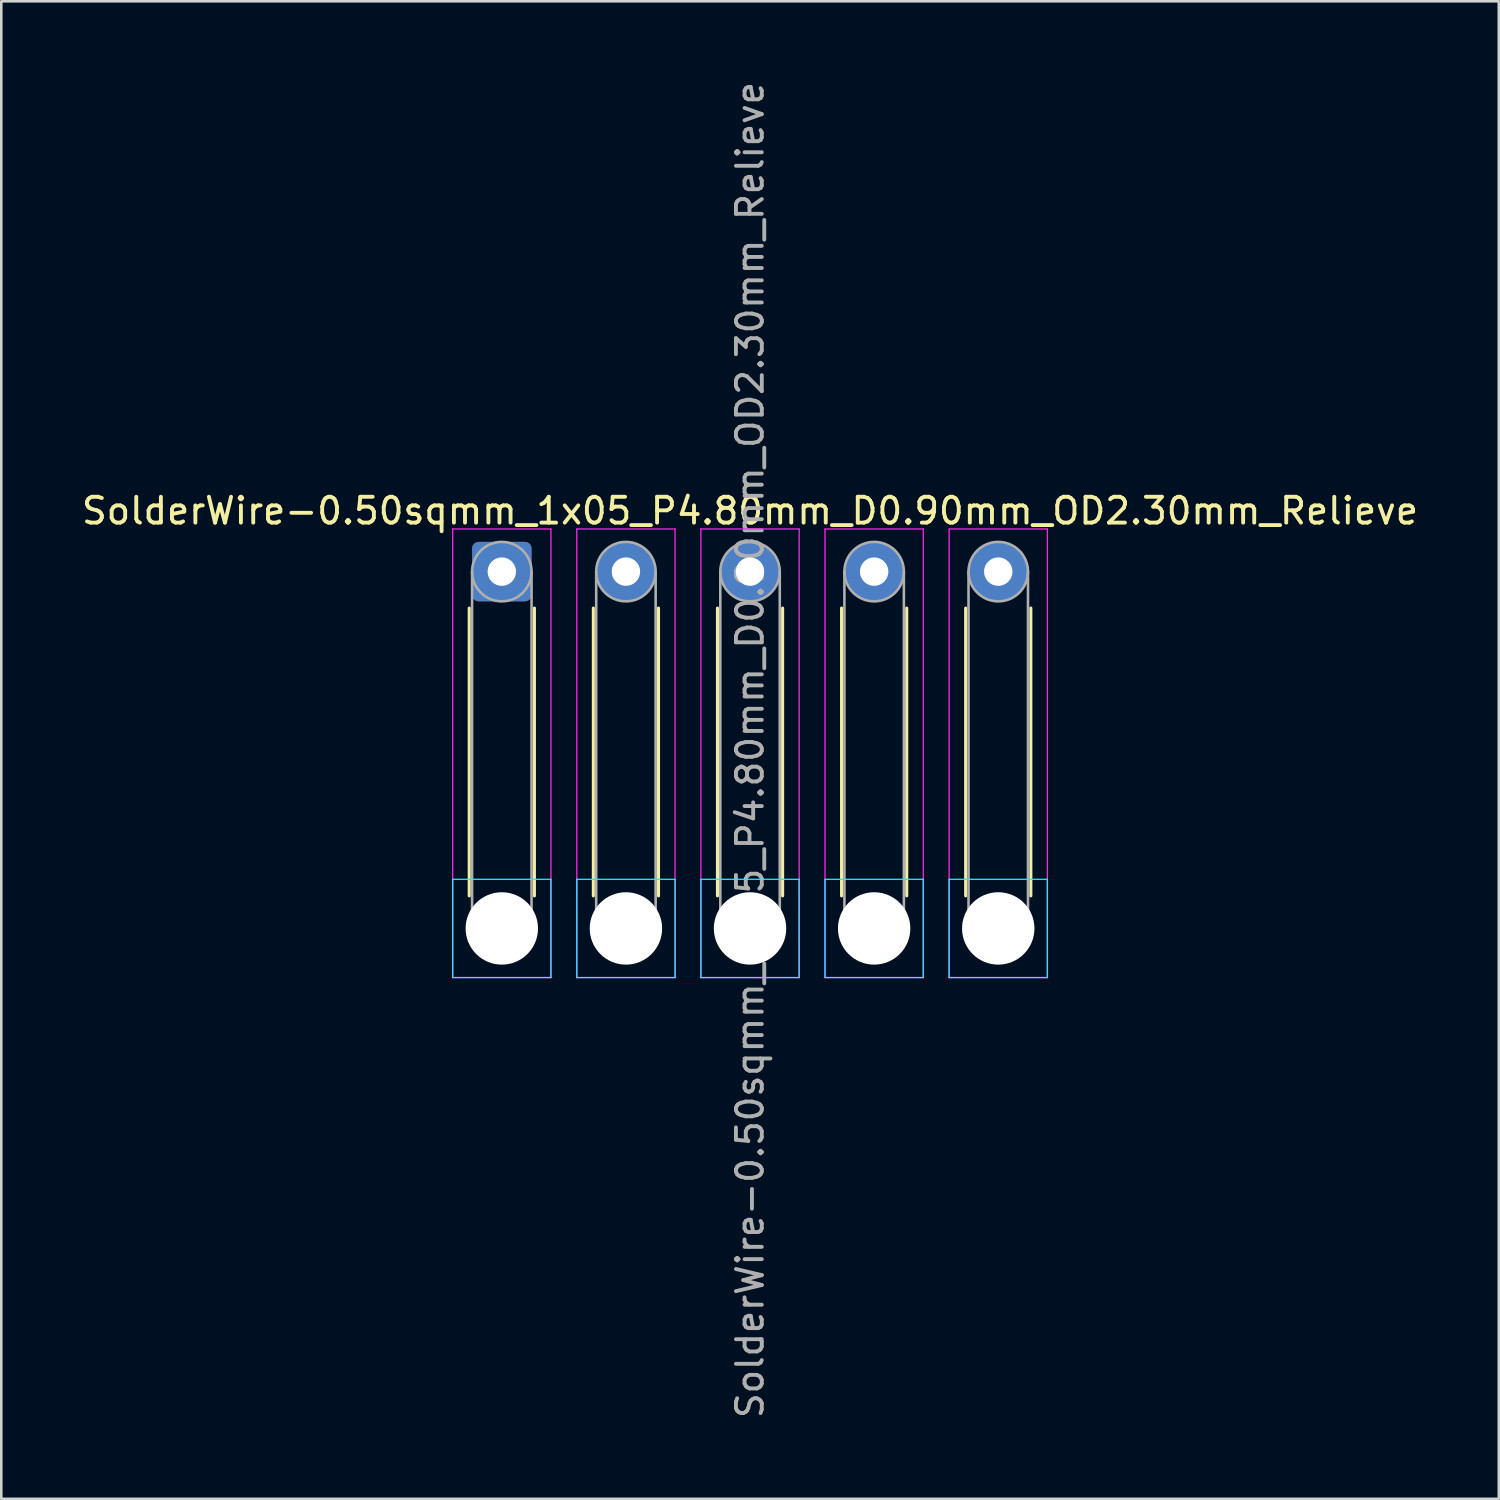
<source format=kicad_pcb>
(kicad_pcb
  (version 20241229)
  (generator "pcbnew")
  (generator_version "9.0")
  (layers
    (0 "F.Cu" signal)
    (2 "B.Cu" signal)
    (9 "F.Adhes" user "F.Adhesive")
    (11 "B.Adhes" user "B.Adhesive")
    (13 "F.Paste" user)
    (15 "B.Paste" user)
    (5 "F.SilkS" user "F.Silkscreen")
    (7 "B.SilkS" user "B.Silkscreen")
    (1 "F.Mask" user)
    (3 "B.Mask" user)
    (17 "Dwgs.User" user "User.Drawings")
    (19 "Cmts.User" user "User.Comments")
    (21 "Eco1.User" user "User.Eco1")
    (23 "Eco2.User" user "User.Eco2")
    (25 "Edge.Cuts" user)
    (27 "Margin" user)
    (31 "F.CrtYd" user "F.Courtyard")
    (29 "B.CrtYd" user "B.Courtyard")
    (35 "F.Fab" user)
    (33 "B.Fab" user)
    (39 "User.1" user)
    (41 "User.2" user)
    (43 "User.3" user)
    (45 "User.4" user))
  (footprint "SolderWire-0.50sqmm_1x05_P4.80mm_D0.90mm_OD2.30mm_Relieve"
    (layer "F.Cu")
    (at 16.358 19.058)
    (property "Reference" "SolderWire-0.50sqmm_1x05_P4.80mm_D0.90mm_OD2.30mm_Relieve" (at 9.6 -2.35 0) (layer "F.SilkS") (effects (font (size 1 1) (thickness 0.15))))
    (attr exclude_from_pos_files exclude_from_bom)
    (fp_line (start -1.26 1.41) (end -1.26 12.54) (stroke (width 0.12) (type solid)) (layer "F.SilkS"))
    (fp_line (start 1.26 1.41) (end 1.26 12.54) (stroke (width 0.12) (type solid)) (layer "F.SilkS"))
    (fp_line (start 3.54 1.41) (end 3.54 12.54) (stroke (width 0.12) (type solid)) (layer "F.SilkS"))
    (fp_line (start 6.06 1.41) (end 6.06 12.54) (stroke (width 0.12) (type solid)) (layer "F.SilkS"))
    (fp_line (start 8.34 1.41) (end 8.34 12.54) (stroke (width 0.12) (type solid)) (layer "F.SilkS"))
    (fp_line (start 10.86 1.41) (end 10.86 12.54) (stroke (width 0.12) (type solid)) (layer "F.SilkS"))
    (fp_line (start 13.14 1.41) (end 13.14 12.54) (stroke (width 0.12) (type solid)) (layer "F.SilkS"))
    (fp_line (start 15.66 1.41) (end 15.66 12.54) (stroke (width 0.12) (type solid)) (layer "F.SilkS"))
    (fp_line (start 17.94 1.41) (end 17.94 12.54) (stroke (width 0.12) (type solid)) (layer "F.SilkS"))
    (fp_line (start 20.46 1.41) (end 20.46 12.54) (stroke (width 0.12) (type solid)) (layer "F.SilkS"))
    (fp_line (start -1.9 11.9) (end -1.9 15.7) (stroke (width 0.05) (type solid)) (layer "B.CrtYd"))
    (fp_line (start -1.9 15.7) (end 1.9 15.7) (stroke (width 0.05) (type solid)) (layer "B.CrtYd"))
    (fp_line (start 1.9 11.9) (end -1.9 11.9) (stroke (width 0.05) (type solid)) (layer "B.CrtYd"))
    (fp_line (start 1.9 15.7) (end 1.9 11.9) (stroke (width 0.05) (type solid)) (layer "B.CrtYd"))
    (fp_line (start 2.9 11.9) (end 2.9 15.7) (stroke (width 0.05) (type solid)) (layer "B.CrtYd"))
    (fp_line (start 2.9 15.7) (end 6.7 15.7) (stroke (width 0.05) (type solid)) (layer "B.CrtYd"))
    (fp_line (start 6.7 11.9) (end 2.9 11.9) (stroke (width 0.05) (type solid)) (layer "B.CrtYd"))
    (fp_line (start 6.7 15.7) (end 6.7 11.9) (stroke (width 0.05) (type solid)) (layer "B.CrtYd"))
    (fp_line (start 7.7 11.9) (end 7.7 15.7) (stroke (width 0.05) (type solid)) (layer "B.CrtYd"))
    (fp_line (start 7.7 15.7) (end 11.5 15.7) (stroke (width 0.05) (type solid)) (layer "B.CrtYd"))
    (fp_line (start 11.5 11.9) (end 7.7 11.9) (stroke (width 0.05) (type solid)) (layer "B.CrtYd"))
    (fp_line (start 11.5 15.7) (end 11.5 11.9) (stroke (width 0.05) (type solid)) (layer "B.CrtYd"))
    (fp_line (start 12.5 11.9) (end 12.5 15.7) (stroke (width 0.05) (type solid)) (layer "B.CrtYd"))
    (fp_line (start 12.5 15.7) (end 16.3 15.7) (stroke (width 0.05) (type solid)) (layer "B.CrtYd"))
    (fp_line (start 16.3 11.9) (end 12.5 11.9) (stroke (width 0.05) (type solid)) (layer "B.CrtYd"))
    (fp_line (start 16.3 15.7) (end 16.3 11.9) (stroke (width 0.05) (type solid)) (layer "B.CrtYd"))
    (fp_line (start 17.3 11.9) (end 17.3 15.7) (stroke (width 0.05) (type solid)) (layer "B.CrtYd"))
    (fp_line (start 17.3 15.7) (end 21.1 15.7) (stroke (width 0.05) (type solid)) (layer "B.CrtYd"))
    (fp_line (start 21.1 11.9) (end 17.3 11.9) (stroke (width 0.05) (type solid)) (layer "B.CrtYd"))
    (fp_line (start 21.1 15.7) (end 21.1 11.9) (stroke (width 0.05) (type solid)) (layer "B.CrtYd"))
    (fp_line (start -1.9 -1.65) (end -1.9 15.7) (stroke (width 0.05) (type solid)) (layer "F.CrtYd"))
    (fp_line (start -1.9 15.7) (end 1.9 15.7) (stroke (width 0.05) (type solid)) (layer "F.CrtYd"))
    (fp_line (start 1.9 -1.65) (end -1.9 -1.65) (stroke (width 0.05) (type solid)) (layer "F.CrtYd"))
    (fp_line (start 1.9 15.7) (end 1.9 -1.65) (stroke (width 0.05) (type solid)) (layer "F.CrtYd"))
    (fp_line (start 2.9 -1.65) (end 2.9 15.7) (stroke (width 0.05) (type solid)) (layer "F.CrtYd"))
    (fp_line (start 2.9 15.7) (end 6.7 15.7) (stroke (width 0.05) (type solid)) (layer "F.CrtYd"))
    (fp_line (start 6.7 -1.65) (end 2.9 -1.65) (stroke (width 0.05) (type solid)) (layer "F.CrtYd"))
    (fp_line (start 6.7 15.7) (end 6.7 -1.65) (stroke (width 0.05) (type solid)) (layer "F.CrtYd"))
    (fp_line (start 7.7 -1.65) (end 7.7 15.7) (stroke (width 0.05) (type solid)) (layer "F.CrtYd"))
    (fp_line (start 7.7 15.7) (end 11.5 15.7) (stroke (width 0.05) (type solid)) (layer "F.CrtYd"))
    (fp_line (start 11.5 -1.65) (end 7.7 -1.65) (stroke (width 0.05) (type solid)) (layer "F.CrtYd"))
    (fp_line (start 11.5 15.7) (end 11.5 -1.65) (stroke (width 0.05) (type solid)) (layer "F.CrtYd"))
    (fp_line (start 12.5 -1.65) (end 12.5 15.7) (stroke (width 0.05) (type solid)) (layer "F.CrtYd"))
    (fp_line (start 12.5 15.7) (end 16.3 15.7) (stroke (width 0.05) (type solid)) (layer "F.CrtYd"))
    (fp_line (start 16.3 -1.65) (end 12.5 -1.65) (stroke (width 0.05) (type solid)) (layer "F.CrtYd"))
    (fp_line (start 16.3 15.7) (end 16.3 -1.65) (stroke (width 0.05) (type solid)) (layer "F.CrtYd"))
    (fp_line (start 17.3 -1.65) (end 17.3 15.7) (stroke (width 0.05) (type solid)) (layer "F.CrtYd"))
    (fp_line (start 17.3 15.7) (end 21.1 15.7) (stroke (width 0.05) (type solid)) (layer "F.CrtYd"))
    (fp_line (start 21.1 -1.65) (end 17.3 -1.65) (stroke (width 0.05) (type solid)) (layer "F.CrtYd"))
    (fp_line (start 21.1 15.7) (end 21.1 -1.65) (stroke (width 0.05) (type solid)) (layer "F.CrtYd"))
    (fp_line (start -1.15 0) (end -1.15 13.8) (stroke (width 0.1) (type solid)) (layer "F.Fab"))
    (fp_line (start 1.15 0) (end 1.15 13.8) (stroke (width 0.1) (type solid)) (layer "F.Fab"))
    (fp_line (start 3.65 0) (end 3.65 13.8) (stroke (width 0.1) (type solid)) (layer "F.Fab"))
    (fp_line (start 5.95 0) (end 5.95 13.8) (stroke (width 0.1) (type solid)) (layer "F.Fab"))
    (fp_line (start 8.45 0) (end 8.45 13.8) (stroke (width 0.1) (type solid)) (layer "F.Fab"))
    (fp_line (start 10.75 0) (end 10.75 13.8) (stroke (width 0.1) (type solid)) (layer "F.Fab"))
    (fp_line (start 13.25 0) (end 13.25 13.8) (stroke (width 0.1) (type solid)) (layer "F.Fab"))
    (fp_line (start 15.55 0) (end 15.55 13.8) (stroke (width 0.1) (type solid)) (layer "F.Fab"))
    (fp_line (start 18.05 0) (end 18.05 13.8) (stroke (width 0.1) (type solid)) (layer "F.Fab"))
    (fp_line (start 20.35 0) (end 20.35 13.8) (stroke (width 0.1) (type solid)) (layer "F.Fab"))
    (fp_circle (center 0 0) (end 1.15 0) (stroke (width 0.1) (type solid)) (fill no) (layer "F.Fab"))
    (fp_circle (center 0 13.8) (end 1.15 13.8) (stroke (width 0.1) (type solid)) (fill no) (layer "F.Fab"))
    (fp_circle (center 4.8 0) (end 5.95 0) (stroke (width 0.1) (type solid)) (fill no) (layer "F.Fab"))
    (fp_circle (center 4.8 13.8) (end 5.95 13.8) (stroke (width 0.1) (type solid)) (fill no) (layer "F.Fab"))
    (fp_circle (center 9.6 0) (end 10.75 0) (stroke (width 0.1) (type solid)) (fill no) (layer "F.Fab"))
    (fp_circle (center 9.6 13.8) (end 10.75 13.8) (stroke (width 0.1) (type solid)) (fill no) (layer "F.Fab"))
    (fp_circle (center 14.4 0) (end 15.55 0) (stroke (width 0.1) (type solid)) (fill no) (layer "F.Fab"))
    (fp_circle (center 14.4 13.8) (end 15.55 13.8) (stroke (width 0.1) (type solid)) (fill no) (layer "F.Fab"))
    (fp_circle (center 19.2 0) (end 20.35 0) (stroke (width 0.1) (type solid)) (fill no) (layer "F.Fab"))
    (fp_circle (center 19.2 13.8) (end 20.35 13.8) (stroke (width 0.1) (type solid)) (fill no) (layer "F.Fab"))
    (fp_text user "${REFERENCE}" (at 9.6 6.9 90) (layer "F.Fab") (effects (font (size 1 1) (thickness 0.15))))
    (pad "" np_thru_hole circle (at 0 13.8) (size 2.8 2.8) (drill 2.8) (layers "*.Cu" "*.Mask"))
    (pad "" np_thru_hole circle (at 4.8 13.8) (size 2.8 2.8) (drill 2.8) (layers "*.Cu" "*.Mask"))
    (pad "" np_thru_hole circle (at 9.6 13.8) (size 2.8 2.8) (drill 2.8) (layers "*.Cu" "*.Mask"))
    (pad "" np_thru_hole circle (at 14.4 13.8) (size 2.8 2.8) (drill 2.8) (layers "*.Cu" "*.Mask"))
    (pad "" np_thru_hole circle (at 19.2 13.8) (size 2.8 2.8) (drill 2.8) (layers "*.Cu" "*.Mask"))
    (pad "1" thru_hole roundrect (at 0 0) (size 2.3 2.3) (drill 1.1) (layers "*.Cu" "*.Mask") (roundrect_rratio 0.109))
    (pad "2" thru_hole circle (at 4.8 0) (size 2.3 2.3) (drill 1.1) (layers "*.Cu" "*.Mask"))
    (pad "3" thru_hole circle (at 9.6 0) (size 2.3 2.3) (drill 1.1) (layers "*.Cu" "*.Mask"))
    (pad "4" thru_hole circle (at 14.4 0) (size 2.3 2.3) (drill 1.1) (layers "*.Cu" "*.Mask"))
    (pad "5" thru_hole circle (at 19.2 0) (size 2.3 2.3) (drill 1.1) (layers "*.Cu" "*.Mask")))
  (gr_rect
    (start -3 -3)
    (end 54.917 54.917)
    (stroke (width 0.1) (type default))
    (fill no)
    (layer "Edge.Cuts")))
</source>
